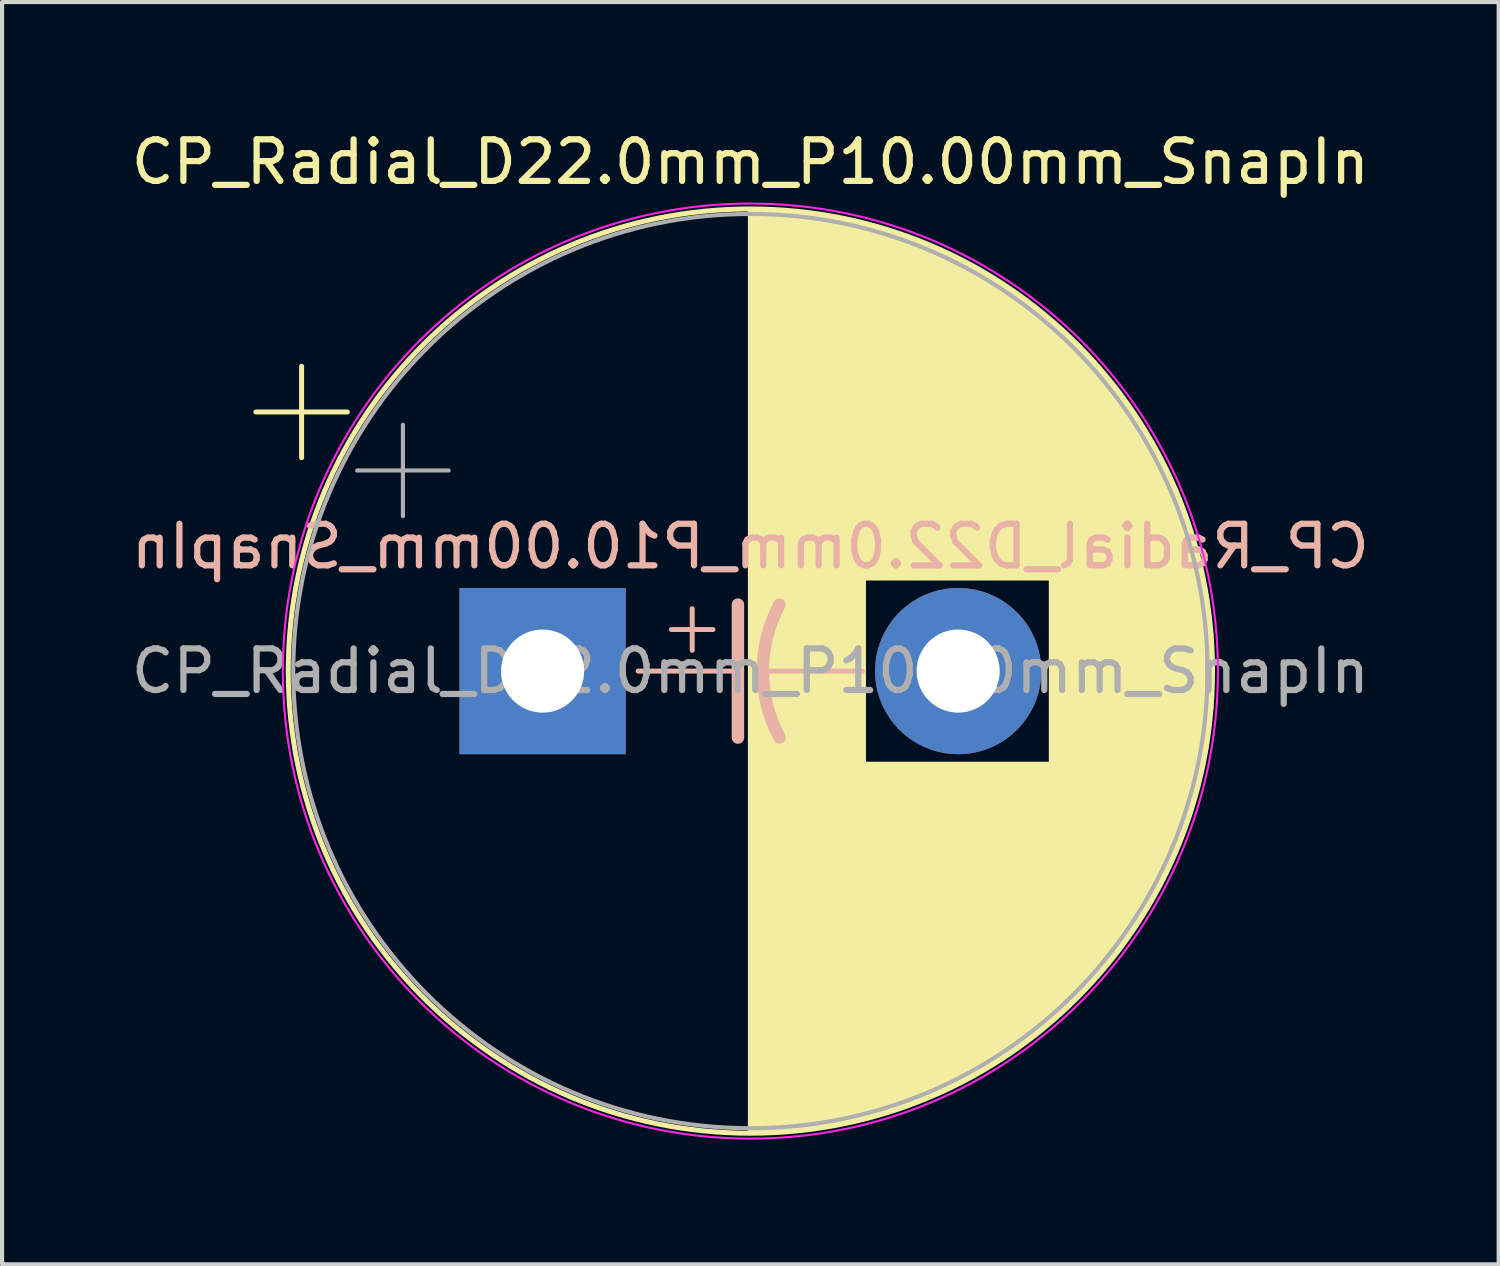
<source format=kicad_pcb>
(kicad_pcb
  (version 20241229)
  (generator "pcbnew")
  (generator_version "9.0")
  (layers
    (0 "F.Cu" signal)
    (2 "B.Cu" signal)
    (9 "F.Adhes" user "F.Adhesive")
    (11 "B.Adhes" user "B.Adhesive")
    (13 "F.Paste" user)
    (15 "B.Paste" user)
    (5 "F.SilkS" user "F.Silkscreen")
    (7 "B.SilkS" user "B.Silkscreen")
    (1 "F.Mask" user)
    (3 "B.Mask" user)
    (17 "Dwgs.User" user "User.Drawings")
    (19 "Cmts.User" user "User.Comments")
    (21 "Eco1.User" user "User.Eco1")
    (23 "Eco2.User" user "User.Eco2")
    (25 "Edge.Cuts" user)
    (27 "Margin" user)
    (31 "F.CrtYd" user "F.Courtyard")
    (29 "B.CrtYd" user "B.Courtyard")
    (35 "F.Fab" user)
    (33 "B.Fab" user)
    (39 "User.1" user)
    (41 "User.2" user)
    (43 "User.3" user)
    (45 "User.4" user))
  (footprint "CP_Radial_D22.0mm_P10.00mm_SnapIn"
    (layer "F.Cu")
    (at 10.006 13.098)
    (property "Reference" "CP_Radial_D22.0mm_P10.00mm_SnapIn" (at 5 -12.25 0) (layer "F.SilkS") (effects (font (size 1 1) (thickness 0.15))))
    (fp_line (start -6.899 -6.235) (end -4.699 -6.235) (stroke (width 0.12) (type solid)) (layer "F.SilkS"))
    (fp_line (start -5.799 -7.335) (end -5.799 -5.135) (stroke (width 0.12) (type solid)) (layer "F.SilkS"))
    (fp_line (start 5 -11.081) (end 5 11.081) (stroke (width 0.12) (type solid)) (layer "F.SilkS"))
    (fp_line (start 5.04 -11.08) (end 5.04 11.08) (stroke (width 0.12) (type solid)) (layer "F.SilkS"))
    (fp_line (start 5.08 -11.08) (end 5.08 11.08) (stroke (width 0.12) (type solid)) (layer "F.SilkS"))
    (fp_line (start 5.12 -11.08) (end 5.12 11.08) (stroke (width 0.12) (type solid)) (layer "F.SilkS"))
    (fp_line (start 5.16 -11.079) (end 5.16 11.079) (stroke (width 0.12) (type solid)) (layer "F.SilkS"))
    (fp_line (start 5.2 -11.079) (end 5.2 11.079) (stroke (width 0.12) (type solid)) (layer "F.SilkS"))
    (fp_line (start 5.24 -11.078) (end 5.24 11.078) (stroke (width 0.12) (type solid)) (layer "F.SilkS"))
    (fp_line (start 5.28 -11.077) (end 5.28 11.077) (stroke (width 0.12) (type solid)) (layer "F.SilkS"))
    (fp_line (start 5.32 -11.076) (end 5.32 11.076) (stroke (width 0.12) (type solid)) (layer "F.SilkS"))
    (fp_line (start 5.36 -11.075) (end 5.36 11.075) (stroke (width 0.12) (type solid)) (layer "F.SilkS"))
    (fp_line (start 5.4 -11.073) (end 5.4 11.073) (stroke (width 0.12) (type solid)) (layer "F.SilkS"))
    (fp_line (start 5.44 -11.072) (end 5.44 11.072) (stroke (width 0.12) (type solid)) (layer "F.SilkS"))
    (fp_line (start 5.48 -11.07) (end 5.48 11.07) (stroke (width 0.12) (type solid)) (layer "F.SilkS"))
    (fp_line (start 5.52 -11.068) (end 5.52 11.068) (stroke (width 0.12) (type solid)) (layer "F.SilkS"))
    (fp_line (start 5.56 -11.066) (end 5.56 11.066) (stroke (width 0.12) (type solid)) (layer "F.SilkS"))
    (fp_line (start 5.6 -11.064) (end 5.6 11.064) (stroke (width 0.12) (type solid)) (layer "F.SilkS"))
    (fp_line (start 5.64 -11.062) (end 5.64 11.062) (stroke (width 0.12) (type solid)) (layer "F.SilkS"))
    (fp_line (start 5.68 -11.06) (end 5.68 11.06) (stroke (width 0.12) (type solid)) (layer "F.SilkS"))
    (fp_line (start 5.721 -11.057) (end 5.721 11.057) (stroke (width 0.12) (type solid)) (layer "F.SilkS"))
    (fp_line (start 5.761 -11.054) (end 5.761 11.054) (stroke (width 0.12) (type solid)) (layer "F.SilkS"))
    (fp_line (start 5.801 -11.052) (end 5.801 11.052) (stroke (width 0.12) (type solid)) (layer "F.SilkS"))
    (fp_line (start 5.841 -11.049) (end 5.841 11.049) (stroke (width 0.12) (type solid)) (layer "F.SilkS"))
    (fp_line (start 5.881 -11.046) (end 5.881 11.046) (stroke (width 0.12) (type solid)) (layer "F.SilkS"))
    (fp_line (start 5.921 -11.042) (end 5.921 11.042) (stroke (width 0.12) (type solid)) (layer "F.SilkS"))
    (fp_line (start 5.961 -11.039) (end 5.961 11.039) (stroke (width 0.12) (type solid)) (layer "F.SilkS"))
    (fp_line (start 6.001 -11.035) (end 6.001 11.035) (stroke (width 0.12) (type solid)) (layer "F.SilkS"))
    (fp_line (start 6.041 -11.032) (end 6.041 11.032) (stroke (width 0.12) (type solid)) (layer "F.SilkS"))
    (fp_line (start 6.081 -11.028) (end 6.081 11.028) (stroke (width 0.12) (type solid)) (layer "F.SilkS"))
    (fp_line (start 6.121 -11.024) (end 6.121 11.024) (stroke (width 0.12) (type solid)) (layer "F.SilkS"))
    (fp_line (start 6.161 -11.02) (end 6.161 11.02) (stroke (width 0.12) (type solid)) (layer "F.SilkS"))
    (fp_line (start 6.201 -11.016) (end 6.201 11.016) (stroke (width 0.12) (type solid)) (layer "F.SilkS"))
    (fp_line (start 6.241 -11.011) (end 6.241 11.011) (stroke (width 0.12) (type solid)) (layer "F.SilkS"))
    (fp_line (start 6.281 -11.007) (end 6.281 11.007) (stroke (width 0.12) (type solid)) (layer "F.SilkS"))
    (fp_line (start 6.321 -11.002) (end 6.321 11.002) (stroke (width 0.12) (type solid)) (layer "F.SilkS"))
    (fp_line (start 6.361 -10.997) (end 6.361 10.997) (stroke (width 0.12) (type solid)) (layer "F.SilkS"))
    (fp_line (start 6.401 -10.992) (end 6.401 10.992) (stroke (width 0.12) (type solid)) (layer "F.SilkS"))
    (fp_line (start 6.441 -10.987) (end 6.441 10.987) (stroke (width 0.12) (type solid)) (layer "F.SilkS"))
    (fp_line (start 6.481 -10.982) (end 6.481 10.982) (stroke (width 0.12) (type solid)) (layer "F.SilkS"))
    (fp_line (start 6.521 -10.976) (end 6.521 10.976) (stroke (width 0.12) (type solid)) (layer "F.SilkS"))
    (fp_line (start 6.561 -10.971) (end 6.561 10.971) (stroke (width 0.12) (type solid)) (layer "F.SilkS"))
    (fp_line (start 6.601 -10.965) (end 6.601 10.965) (stroke (width 0.12) (type solid)) (layer "F.SilkS"))
    (fp_line (start 6.641 -10.959) (end 6.641 10.959) (stroke (width 0.12) (type solid)) (layer "F.SilkS"))
    (fp_line (start 6.681 -10.953) (end 6.681 10.953) (stroke (width 0.12) (type solid)) (layer "F.SilkS"))
    (fp_line (start 6.721 -10.947) (end 6.721 10.947) (stroke (width 0.12) (type solid)) (layer "F.SilkS"))
    (fp_line (start 6.761 -10.94) (end 6.761 10.94) (stroke (width 0.12) (type solid)) (layer "F.SilkS"))
    (fp_line (start 6.801 -10.934) (end 6.801 10.934) (stroke (width 0.12) (type solid)) (layer "F.SilkS"))
    (fp_line (start 6.841 -10.927) (end 6.841 10.927) (stroke (width 0.12) (type solid)) (layer "F.SilkS"))
    (fp_line (start 6.881 -10.92) (end 6.881 10.92) (stroke (width 0.12) (type solid)) (layer "F.SilkS"))
    (fp_line (start 6.921 -10.913) (end 6.921 10.913) (stroke (width 0.12) (type solid)) (layer "F.SilkS"))
    (fp_line (start 6.961 -10.906) (end 6.961 10.906) (stroke (width 0.12) (type solid)) (layer "F.SilkS"))
    (fp_line (start 7.001 -10.899) (end 7.001 10.899) (stroke (width 0.12) (type solid)) (layer "F.SilkS"))
    (fp_line (start 7.041 -10.892) (end 7.041 10.892) (stroke (width 0.12) (type solid)) (layer "F.SilkS"))
    (fp_line (start 7.081 -10.884) (end 7.081 10.884) (stroke (width 0.12) (type solid)) (layer "F.SilkS"))
    (fp_line (start 7.121 -10.877) (end 7.121 10.877) (stroke (width 0.12) (type solid)) (layer "F.SilkS"))
    (fp_line (start 7.161 -10.869) (end 7.161 10.869) (stroke (width 0.12) (type solid)) (layer "F.SilkS"))
    (fp_line (start 7.201 -10.861) (end 7.201 10.861) (stroke (width 0.12) (type solid)) (layer "F.SilkS"))
    (fp_line (start 7.241 -10.853) (end 7.241 10.853) (stroke (width 0.12) (type solid)) (layer "F.SilkS"))
    (fp_line (start 7.281 -10.844) (end 7.281 10.844) (stroke (width 0.12) (type solid)) (layer "F.SilkS"))
    (fp_line (start 7.321 -10.836) (end 7.321 10.836) (stroke (width 0.12) (type solid)) (layer "F.SilkS"))
    (fp_line (start 7.361 -10.827) (end 7.361 10.827) (stroke (width 0.12) (type solid)) (layer "F.SilkS"))
    (fp_line (start 7.401 -10.818) (end 7.401 10.818) (stroke (width 0.12) (type solid)) (layer "F.SilkS"))
    (fp_line (start 7.441 -10.809) (end 7.441 10.809) (stroke (width 0.12) (type solid)) (layer "F.SilkS"))
    (fp_line (start 7.481 -10.8) (end 7.481 10.8) (stroke (width 0.12) (type solid)) (layer "F.SilkS"))
    (fp_line (start 7.521 -10.791) (end 7.521 10.791) (stroke (width 0.12) (type solid)) (layer "F.SilkS"))
    (fp_line (start 7.561 -10.782) (end 7.561 10.782) (stroke (width 0.12) (type solid)) (layer "F.SilkS"))
    (fp_line (start 7.601 -10.772) (end 7.601 10.772) (stroke (width 0.12) (type solid)) (layer "F.SilkS"))
    (fp_line (start 7.641 -10.763) (end 7.641 10.763) (stroke (width 0.12) (type solid)) (layer "F.SilkS"))
    (fp_line (start 7.681 -10.753) (end 7.681 10.753) (stroke (width 0.12) (type solid)) (layer "F.SilkS"))
    (fp_line (start 7.721 -10.743) (end 7.721 10.743) (stroke (width 0.12) (type solid)) (layer "F.SilkS"))
    (fp_line (start 7.761 -10.733) (end 7.761 -2.24) (stroke (width 0.12) (type solid)) (layer "F.SilkS"))
    (fp_line (start 7.761 2.24) (end 7.761 10.733) (stroke (width 0.12) (type solid)) (layer "F.SilkS"))
    (fp_line (start 7.801 -10.722) (end 7.801 -2.24) (stroke (width 0.12) (type solid)) (layer "F.SilkS"))
    (fp_line (start 7.801 2.24) (end 7.801 10.722) (stroke (width 0.12) (type solid)) (layer "F.SilkS"))
    (fp_line (start 7.841 -10.712) (end 7.841 -2.24) (stroke (width 0.12) (type solid)) (layer "F.SilkS"))
    (fp_line (start 7.841 2.24) (end 7.841 10.712) (stroke (width 0.12) (type solid)) (layer "F.SilkS"))
    (fp_line (start 7.881 -10.701) (end 7.881 -2.24) (stroke (width 0.12) (type solid)) (layer "F.SilkS"))
    (fp_line (start 7.881 2.24) (end 7.881 10.701) (stroke (width 0.12) (type solid)) (layer "F.SilkS"))
    (fp_line (start 7.921 -10.69) (end 7.921 -2.24) (stroke (width 0.12) (type solid)) (layer "F.SilkS"))
    (fp_line (start 7.921 2.24) (end 7.921 10.69) (stroke (width 0.12) (type solid)) (layer "F.SilkS"))
    (fp_line (start 7.961 -10.679) (end 7.961 -2.24) (stroke (width 0.12) (type solid)) (layer "F.SilkS"))
    (fp_line (start 7.961 2.24) (end 7.961 10.679) (stroke (width 0.12) (type solid)) (layer "F.SilkS"))
    (fp_line (start 8.001 -10.668) (end 8.001 -2.24) (stroke (width 0.12) (type solid)) (layer "F.SilkS"))
    (fp_line (start 8.001 2.24) (end 8.001 10.668) (stroke (width 0.12) (type solid)) (layer "F.SilkS"))
    (fp_line (start 8.041 -10.657) (end 8.041 -2.24) (stroke (width 0.12) (type solid)) (layer "F.SilkS"))
    (fp_line (start 8.041 2.24) (end 8.041 10.657) (stroke (width 0.12) (type solid)) (layer "F.SilkS"))
    (fp_line (start 8.081 -10.645) (end 8.081 -2.24) (stroke (width 0.12) (type solid)) (layer "F.SilkS"))
    (fp_line (start 8.081 2.24) (end 8.081 10.645) (stroke (width 0.12) (type solid)) (layer "F.SilkS"))
    (fp_line (start 8.121 -10.634) (end 8.121 -2.24) (stroke (width 0.12) (type solid)) (layer "F.SilkS"))
    (fp_line (start 8.121 2.24) (end 8.121 10.634) (stroke (width 0.12) (type solid)) (layer "F.SilkS"))
    (fp_line (start 8.161 -10.622) (end 8.161 -2.24) (stroke (width 0.12) (type solid)) (layer "F.SilkS"))
    (fp_line (start 8.161 2.24) (end 8.161 10.622) (stroke (width 0.12) (type solid)) (layer "F.SilkS"))
    (fp_line (start 8.201 -10.61) (end 8.201 -2.24) (stroke (width 0.12) (type solid)) (layer "F.SilkS"))
    (fp_line (start 8.201 2.24) (end 8.201 10.61) (stroke (width 0.12) (type solid)) (layer "F.SilkS"))
    (fp_line (start 8.241 -10.598) (end 8.241 -2.24) (stroke (width 0.12) (type solid)) (layer "F.SilkS"))
    (fp_line (start 8.241 2.24) (end 8.241 10.598) (stroke (width 0.12) (type solid)) (layer "F.SilkS"))
    (fp_line (start 8.281 -10.586) (end 8.281 -2.24) (stroke (width 0.12) (type solid)) (layer "F.SilkS"))
    (fp_line (start 8.281 2.24) (end 8.281 10.586) (stroke (width 0.12) (type solid)) (layer "F.SilkS"))
    (fp_line (start 8.321 -10.573) (end 8.321 -2.24) (stroke (width 0.12) (type solid)) (layer "F.SilkS"))
    (fp_line (start 8.321 2.24) (end 8.321 10.573) (stroke (width 0.12) (type solid)) (layer "F.SilkS"))
    (fp_line (start 8.361 -10.561) (end 8.361 -2.24) (stroke (width 0.12) (type solid)) (layer "F.SilkS"))
    (fp_line (start 8.361 2.24) (end 8.361 10.561) (stroke (width 0.12) (type solid)) (layer "F.SilkS"))
    (fp_line (start 8.401 -10.548) (end 8.401 -2.24) (stroke (width 0.12) (type solid)) (layer "F.SilkS"))
    (fp_line (start 8.401 2.24) (end 8.401 10.548) (stroke (width 0.12) (type solid)) (layer "F.SilkS"))
    (fp_line (start 8.441 -10.535) (end 8.441 -2.24) (stroke (width 0.12) (type solid)) (layer "F.SilkS"))
    (fp_line (start 8.441 2.24) (end 8.441 10.535) (stroke (width 0.12) (type solid)) (layer "F.SilkS"))
    (fp_line (start 8.481 -10.522) (end 8.481 -2.24) (stroke (width 0.12) (type solid)) (layer "F.SilkS"))
    (fp_line (start 8.481 2.24) (end 8.481 10.522) (stroke (width 0.12) (type solid)) (layer "F.SilkS"))
    (fp_line (start 8.521 -10.509) (end 8.521 -2.24) (stroke (width 0.12) (type solid)) (layer "F.SilkS"))
    (fp_line (start 8.521 2.24) (end 8.521 10.509) (stroke (width 0.12) (type solid)) (layer "F.SilkS"))
    (fp_line (start 8.561 -10.495) (end 8.561 -2.24) (stroke (width 0.12) (type solid)) (layer "F.SilkS"))
    (fp_line (start 8.561 2.24) (end 8.561 10.495) (stroke (width 0.12) (type solid)) (layer "F.SilkS"))
    (fp_line (start 8.601 -10.482) (end 8.601 -2.24) (stroke (width 0.12) (type solid)) (layer "F.SilkS"))
    (fp_line (start 8.601 2.24) (end 8.601 10.482) (stroke (width 0.12) (type solid)) (layer "F.SilkS"))
    (fp_line (start 8.641 -10.468) (end 8.641 -2.24) (stroke (width 0.12) (type solid)) (layer "F.SilkS"))
    (fp_line (start 8.641 2.24) (end 8.641 10.468) (stroke (width 0.12) (type solid)) (layer "F.SilkS"))
    (fp_line (start 8.681 -10.454) (end 8.681 -2.24) (stroke (width 0.12) (type solid)) (layer "F.SilkS"))
    (fp_line (start 8.681 2.24) (end 8.681 10.454) (stroke (width 0.12) (type solid)) (layer "F.SilkS"))
    (fp_line (start 8.721 -10.44) (end 8.721 -2.24) (stroke (width 0.12) (type solid)) (layer "F.SilkS"))
    (fp_line (start 8.721 2.24) (end 8.721 10.44) (stroke (width 0.12) (type solid)) (layer "F.SilkS"))
    (fp_line (start 8.761 -10.426) (end 8.761 -2.24) (stroke (width 0.12) (type solid)) (layer "F.SilkS"))
    (fp_line (start 8.761 2.24) (end 8.761 10.426) (stroke (width 0.12) (type solid)) (layer "F.SilkS"))
    (fp_line (start 8.801 -10.411) (end 8.801 -2.24) (stroke (width 0.12) (type solid)) (layer "F.SilkS"))
    (fp_line (start 8.801 2.24) (end 8.801 10.411) (stroke (width 0.12) (type solid)) (layer "F.SilkS"))
    (fp_line (start 8.841 -10.396) (end 8.841 -2.24) (stroke (width 0.12) (type solid)) (layer "F.SilkS"))
    (fp_line (start 8.841 2.24) (end 8.841 10.396) (stroke (width 0.12) (type solid)) (layer "F.SilkS"))
    (fp_line (start 8.881 -10.382) (end 8.881 -2.24) (stroke (width 0.12) (type solid)) (layer "F.SilkS"))
    (fp_line (start 8.881 2.24) (end 8.881 10.382) (stroke (width 0.12) (type solid)) (layer "F.SilkS"))
    (fp_line (start 8.921 -10.367) (end 8.921 -2.24) (stroke (width 0.12) (type solid)) (layer "F.SilkS"))
    (fp_line (start 8.921 2.24) (end 8.921 10.367) (stroke (width 0.12) (type solid)) (layer "F.SilkS"))
    (fp_line (start 8.961 -10.351) (end 8.961 -2.24) (stroke (width 0.12) (type solid)) (layer "F.SilkS"))
    (fp_line (start 8.961 2.24) (end 8.961 10.351) (stroke (width 0.12) (type solid)) (layer "F.SilkS"))
    (fp_line (start 9.001 -10.336) (end 9.001 -2.24) (stroke (width 0.12) (type solid)) (layer "F.SilkS"))
    (fp_line (start 9.001 2.24) (end 9.001 10.336) (stroke (width 0.12) (type solid)) (layer "F.SilkS"))
    (fp_line (start 9.041 -10.321) (end 9.041 -2.24) (stroke (width 0.12) (type solid)) (layer "F.SilkS"))
    (fp_line (start 9.041 2.24) (end 9.041 10.321) (stroke (width 0.12) (type solid)) (layer "F.SilkS"))
    (fp_line (start 9.081 -10.305) (end 9.081 -2.24) (stroke (width 0.12) (type solid)) (layer "F.SilkS"))
    (fp_line (start 9.081 2.24) (end 9.081 10.305) (stroke (width 0.12) (type solid)) (layer "F.SilkS"))
    (fp_line (start 9.121 -10.289) (end 9.121 -2.24) (stroke (width 0.12) (type solid)) (layer "F.SilkS"))
    (fp_line (start 9.121 2.24) (end 9.121 10.289) (stroke (width 0.12) (type solid)) (layer "F.SilkS"))
    (fp_line (start 9.161 -10.273) (end 9.161 -2.24) (stroke (width 0.12) (type solid)) (layer "F.SilkS"))
    (fp_line (start 9.161 2.24) (end 9.161 10.273) (stroke (width 0.12) (type solid)) (layer "F.SilkS"))
    (fp_line (start 9.201 -10.257) (end 9.201 -2.24) (stroke (width 0.12) (type solid)) (layer "F.SilkS"))
    (fp_line (start 9.201 2.24) (end 9.201 10.257) (stroke (width 0.12) (type solid)) (layer "F.SilkS"))
    (fp_line (start 9.241 -10.24) (end 9.241 -2.24) (stroke (width 0.12) (type solid)) (layer "F.SilkS"))
    (fp_line (start 9.241 2.24) (end 9.241 10.24) (stroke (width 0.12) (type solid)) (layer "F.SilkS"))
    (fp_line (start 9.281 -10.224) (end 9.281 -2.24) (stroke (width 0.12) (type solid)) (layer "F.SilkS"))
    (fp_line (start 9.281 2.24) (end 9.281 10.224) (stroke (width 0.12) (type solid)) (layer "F.SilkS"))
    (fp_line (start 9.321 -10.207) (end 9.321 -2.24) (stroke (width 0.12) (type solid)) (layer "F.SilkS"))
    (fp_line (start 9.321 2.24) (end 9.321 10.207) (stroke (width 0.12) (type solid)) (layer "F.SilkS"))
    (fp_line (start 9.361 -10.19) (end 9.361 -2.24) (stroke (width 0.12) (type solid)) (layer "F.SilkS"))
    (fp_line (start 9.361 2.24) (end 9.361 10.19) (stroke (width 0.12) (type solid)) (layer "F.SilkS"))
    (fp_line (start 9.401 -10.173) (end 9.401 -2.24) (stroke (width 0.12) (type solid)) (layer "F.SilkS"))
    (fp_line (start 9.401 2.24) (end 9.401 10.173) (stroke (width 0.12) (type solid)) (layer "F.SilkS"))
    (fp_line (start 9.441 -10.156) (end 9.441 -2.24) (stroke (width 0.12) (type solid)) (layer "F.SilkS"))
    (fp_line (start 9.441 2.24) (end 9.441 10.156) (stroke (width 0.12) (type solid)) (layer "F.SilkS"))
    (fp_line (start 9.481 -10.138) (end 9.481 -2.24) (stroke (width 0.12) (type solid)) (layer "F.SilkS"))
    (fp_line (start 9.481 2.24) (end 9.481 10.138) (stroke (width 0.12) (type solid)) (layer "F.SilkS"))
    (fp_line (start 9.521 -10.12) (end 9.521 -2.24) (stroke (width 0.12) (type solid)) (layer "F.SilkS"))
    (fp_line (start 9.521 2.24) (end 9.521 10.12) (stroke (width 0.12) (type solid)) (layer "F.SilkS"))
    (fp_line (start 9.561 -10.103) (end 9.561 -2.24) (stroke (width 0.12) (type solid)) (layer "F.SilkS"))
    (fp_line (start 9.561 2.24) (end 9.561 10.103) (stroke (width 0.12) (type solid)) (layer "F.SilkS"))
    (fp_line (start 9.601 -10.084) (end 9.601 -2.24) (stroke (width 0.12) (type solid)) (layer "F.SilkS"))
    (fp_line (start 9.601 2.24) (end 9.601 10.084) (stroke (width 0.12) (type solid)) (layer "F.SilkS"))
    (fp_line (start 9.641 -10.066) (end 9.641 -2.24) (stroke (width 0.12) (type solid)) (layer "F.SilkS"))
    (fp_line (start 9.641 2.24) (end 9.641 10.066) (stroke (width 0.12) (type solid)) (layer "F.SilkS"))
    (fp_line (start 9.681 -10.048) (end 9.681 -2.24) (stroke (width 0.12) (type solid)) (layer "F.SilkS"))
    (fp_line (start 9.681 2.24) (end 9.681 10.048) (stroke (width 0.12) (type solid)) (layer "F.SilkS"))
    (fp_line (start 9.721 -10.029) (end 9.721 -2.24) (stroke (width 0.12) (type solid)) (layer "F.SilkS"))
    (fp_line (start 9.721 2.24) (end 9.721 10.029) (stroke (width 0.12) (type solid)) (layer "F.SilkS"))
    (fp_line (start 9.761 -10.01) (end 9.761 -2.24) (stroke (width 0.12) (type solid)) (layer "F.SilkS"))
    (fp_line (start 9.761 2.24) (end 9.761 10.01) (stroke (width 0.12) (type solid)) (layer "F.SilkS"))
    (fp_line (start 9.801 -9.991) (end 9.801 -2.24) (stroke (width 0.12) (type solid)) (layer "F.SilkS"))
    (fp_line (start 9.801 2.24) (end 9.801 9.991) (stroke (width 0.12) (type solid)) (layer "F.SilkS"))
    (fp_line (start 9.841 -9.972) (end 9.841 -2.24) (stroke (width 0.12) (type solid)) (layer "F.SilkS"))
    (fp_line (start 9.841 2.24) (end 9.841 9.972) (stroke (width 0.12) (type solid)) (layer "F.SilkS"))
    (fp_line (start 9.881 -9.952) (end 9.881 -2.24) (stroke (width 0.12) (type solid)) (layer "F.SilkS"))
    (fp_line (start 9.881 2.24) (end 9.881 9.952) (stroke (width 0.12) (type solid)) (layer "F.SilkS"))
    (fp_line (start 9.921 -9.933) (end 9.921 -2.24) (stroke (width 0.12) (type solid)) (layer "F.SilkS"))
    (fp_line (start 9.921 2.24) (end 9.921 9.933) (stroke (width 0.12) (type solid)) (layer "F.SilkS"))
    (fp_line (start 9.961 -9.913) (end 9.961 -2.24) (stroke (width 0.12) (type solid)) (layer "F.SilkS"))
    (fp_line (start 9.961 2.24) (end 9.961 9.913) (stroke (width 0.12) (type solid)) (layer "F.SilkS"))
    (fp_line (start 10.001 -9.893) (end 10.001 -2.24) (stroke (width 0.12) (type solid)) (layer "F.SilkS"))
    (fp_line (start 10.001 2.24) (end 10.001 9.893) (stroke (width 0.12) (type solid)) (layer "F.SilkS"))
    (fp_line (start 10.041 -9.873) (end 10.041 -2.24) (stroke (width 0.12) (type solid)) (layer "F.SilkS"))
    (fp_line (start 10.041 2.24) (end 10.041 9.873) (stroke (width 0.12) (type solid)) (layer "F.SilkS"))
    (fp_line (start 10.081 -9.852) (end 10.081 -2.24) (stroke (width 0.12) (type solid)) (layer "F.SilkS"))
    (fp_line (start 10.081 2.24) (end 10.081 9.852) (stroke (width 0.12) (type solid)) (layer "F.SilkS"))
    (fp_line (start 10.121 -9.832) (end 10.121 -2.24) (stroke (width 0.12) (type solid)) (layer "F.SilkS"))
    (fp_line (start 10.121 2.24) (end 10.121 9.832) (stroke (width 0.12) (type solid)) (layer "F.SilkS"))
    (fp_line (start 10.161 -9.811) (end 10.161 -2.24) (stroke (width 0.12) (type solid)) (layer "F.SilkS"))
    (fp_line (start 10.161 2.24) (end 10.161 9.811) (stroke (width 0.12) (type solid)) (layer "F.SilkS"))
    (fp_line (start 10.201 -9.79) (end 10.201 -2.24) (stroke (width 0.12) (type solid)) (layer "F.SilkS"))
    (fp_line (start 10.201 2.24) (end 10.201 9.79) (stroke (width 0.12) (type solid)) (layer "F.SilkS"))
    (fp_line (start 10.241 -9.768) (end 10.241 -2.24) (stroke (width 0.12) (type solid)) (layer "F.SilkS"))
    (fp_line (start 10.241 2.24) (end 10.241 9.768) (stroke (width 0.12) (type solid)) (layer "F.SilkS"))
    (fp_line (start 10.281 -9.747) (end 10.281 -2.24) (stroke (width 0.12) (type solid)) (layer "F.SilkS"))
    (fp_line (start 10.281 2.24) (end 10.281 9.747) (stroke (width 0.12) (type solid)) (layer "F.SilkS"))
    (fp_line (start 10.321 -9.725) (end 10.321 -2.24) (stroke (width 0.12) (type solid)) (layer "F.SilkS"))
    (fp_line (start 10.321 2.24) (end 10.321 9.725) (stroke (width 0.12) (type solid)) (layer "F.SilkS"))
    (fp_line (start 10.361 -9.703) (end 10.361 -2.24) (stroke (width 0.12) (type solid)) (layer "F.SilkS"))
    (fp_line (start 10.361 2.24) (end 10.361 9.703) (stroke (width 0.12) (type solid)) (layer "F.SilkS"))
    (fp_line (start 10.401 -9.681) (end 10.401 -2.24) (stroke (width 0.12) (type solid)) (layer "F.SilkS"))
    (fp_line (start 10.401 2.24) (end 10.401 9.681) (stroke (width 0.12) (type solid)) (layer "F.SilkS"))
    (fp_line (start 10.441 -9.659) (end 10.441 -2.24) (stroke (width 0.12) (type solid)) (layer "F.SilkS"))
    (fp_line (start 10.441 2.24) (end 10.441 9.659) (stroke (width 0.12) (type solid)) (layer "F.SilkS"))
    (fp_line (start 10.481 -9.636) (end 10.481 -2.24) (stroke (width 0.12) (type solid)) (layer "F.SilkS"))
    (fp_line (start 10.481 2.24) (end 10.481 9.636) (stroke (width 0.12) (type solid)) (layer "F.SilkS"))
    (fp_line (start 10.521 -9.614) (end 10.521 -2.24) (stroke (width 0.12) (type solid)) (layer "F.SilkS"))
    (fp_line (start 10.521 2.24) (end 10.521 9.614) (stroke (width 0.12) (type solid)) (layer "F.SilkS"))
    (fp_line (start 10.561 -9.591) (end 10.561 -2.24) (stroke (width 0.12) (type solid)) (layer "F.SilkS"))
    (fp_line (start 10.561 2.24) (end 10.561 9.591) (stroke (width 0.12) (type solid)) (layer "F.SilkS"))
    (fp_line (start 10.601 -9.567) (end 10.601 -2.24) (stroke (width 0.12) (type solid)) (layer "F.SilkS"))
    (fp_line (start 10.601 2.24) (end 10.601 9.567) (stroke (width 0.12) (type solid)) (layer "F.SilkS"))
    (fp_line (start 10.641 -9.544) (end 10.641 -2.24) (stroke (width 0.12) (type solid)) (layer "F.SilkS"))
    (fp_line (start 10.641 2.24) (end 10.641 9.544) (stroke (width 0.12) (type solid)) (layer "F.SilkS"))
    (fp_line (start 10.681 -9.52) (end 10.681 -2.24) (stroke (width 0.12) (type solid)) (layer "F.SilkS"))
    (fp_line (start 10.681 2.24) (end 10.681 9.52) (stroke (width 0.12) (type solid)) (layer "F.SilkS"))
    (fp_line (start 10.721 -9.497) (end 10.721 -2.24) (stroke (width 0.12) (type solid)) (layer "F.SilkS"))
    (fp_line (start 10.721 2.24) (end 10.721 9.497) (stroke (width 0.12) (type solid)) (layer "F.SilkS"))
    (fp_line (start 10.761 -9.472) (end 10.761 -2.24) (stroke (width 0.12) (type solid)) (layer "F.SilkS"))
    (fp_line (start 10.761 2.24) (end 10.761 9.472) (stroke (width 0.12) (type solid)) (layer "F.SilkS"))
    (fp_line (start 10.801 -9.448) (end 10.801 -2.24) (stroke (width 0.12) (type solid)) (layer "F.SilkS"))
    (fp_line (start 10.801 2.24) (end 10.801 9.448) (stroke (width 0.12) (type solid)) (layer "F.SilkS"))
    (fp_line (start 10.841 -9.424) (end 10.841 -2.24) (stroke (width 0.12) (type solid)) (layer "F.SilkS"))
    (fp_line (start 10.841 2.24) (end 10.841 9.424) (stroke (width 0.12) (type solid)) (layer "F.SilkS"))
    (fp_line (start 10.881 -9.399) (end 10.881 -2.24) (stroke (width 0.12) (type solid)) (layer "F.SilkS"))
    (fp_line (start 10.881 2.24) (end 10.881 9.399) (stroke (width 0.12) (type solid)) (layer "F.SilkS"))
    (fp_line (start 10.921 -9.374) (end 10.921 -2.24) (stroke (width 0.12) (type solid)) (layer "F.SilkS"))
    (fp_line (start 10.921 2.24) (end 10.921 9.374) (stroke (width 0.12) (type solid)) (layer "F.SilkS"))
    (fp_line (start 10.961 -9.348) (end 10.961 -2.24) (stroke (width 0.12) (type solid)) (layer "F.SilkS"))
    (fp_line (start 10.961 2.24) (end 10.961 9.348) (stroke (width 0.12) (type solid)) (layer "F.SilkS"))
    (fp_line (start 11.001 -9.323) (end 11.001 -2.24) (stroke (width 0.12) (type solid)) (layer "F.SilkS"))
    (fp_line (start 11.001 2.24) (end 11.001 9.323) (stroke (width 0.12) (type solid)) (layer "F.SilkS"))
    (fp_line (start 11.041 -9.297) (end 11.041 -2.24) (stroke (width 0.12) (type solid)) (layer "F.SilkS"))
    (fp_line (start 11.041 2.24) (end 11.041 9.297) (stroke (width 0.12) (type solid)) (layer "F.SilkS"))
    (fp_line (start 11.081 -9.271) (end 11.081 -2.24) (stroke (width 0.12) (type solid)) (layer "F.SilkS"))
    (fp_line (start 11.081 2.24) (end 11.081 9.271) (stroke (width 0.12) (type solid)) (layer "F.SilkS"))
    (fp_line (start 11.121 -9.245) (end 11.121 -2.24) (stroke (width 0.12) (type solid)) (layer "F.SilkS"))
    (fp_line (start 11.121 2.24) (end 11.121 9.245) (stroke (width 0.12) (type solid)) (layer "F.SilkS"))
    (fp_line (start 11.161 -9.218) (end 11.161 -2.24) (stroke (width 0.12) (type solid)) (layer "F.SilkS"))
    (fp_line (start 11.161 2.24) (end 11.161 9.218) (stroke (width 0.12) (type solid)) (layer "F.SilkS"))
    (fp_line (start 11.201 -9.192) (end 11.201 -2.24) (stroke (width 0.12) (type solid)) (layer "F.SilkS"))
    (fp_line (start 11.201 2.24) (end 11.201 9.192) (stroke (width 0.12) (type solid)) (layer "F.SilkS"))
    (fp_line (start 11.241 -9.165) (end 11.241 -2.24) (stroke (width 0.12) (type solid)) (layer "F.SilkS"))
    (fp_line (start 11.241 2.24) (end 11.241 9.165) (stroke (width 0.12) (type solid)) (layer "F.SilkS"))
    (fp_line (start 11.281 -9.137) (end 11.281 -2.24) (stroke (width 0.12) (type solid)) (layer "F.SilkS"))
    (fp_line (start 11.281 2.24) (end 11.281 9.137) (stroke (width 0.12) (type solid)) (layer "F.SilkS"))
    (fp_line (start 11.321 -9.11) (end 11.321 -2.24) (stroke (width 0.12) (type solid)) (layer "F.SilkS"))
    (fp_line (start 11.321 2.24) (end 11.321 9.11) (stroke (width 0.12) (type solid)) (layer "F.SilkS"))
    (fp_line (start 11.361 -9.082) (end 11.361 -2.24) (stroke (width 0.12) (type solid)) (layer "F.SilkS"))
    (fp_line (start 11.361 2.24) (end 11.361 9.082) (stroke (width 0.12) (type solid)) (layer "F.SilkS"))
    (fp_line (start 11.401 -9.054) (end 11.401 -2.24) (stroke (width 0.12) (type solid)) (layer "F.SilkS"))
    (fp_line (start 11.401 2.24) (end 11.401 9.054) (stroke (width 0.12) (type solid)) (layer "F.SilkS"))
    (fp_line (start 11.441 -9.026) (end 11.441 -2.24) (stroke (width 0.12) (type solid)) (layer "F.SilkS"))
    (fp_line (start 11.441 2.24) (end 11.441 9.026) (stroke (width 0.12) (type solid)) (layer "F.SilkS"))
    (fp_line (start 11.481 -8.997) (end 11.481 -2.24) (stroke (width 0.12) (type solid)) (layer "F.SilkS"))
    (fp_line (start 11.481 2.24) (end 11.481 8.997) (stroke (width 0.12) (type solid)) (layer "F.SilkS"))
    (fp_line (start 11.521 -8.968) (end 11.521 -2.24) (stroke (width 0.12) (type solid)) (layer "F.SilkS"))
    (fp_line (start 11.521 2.24) (end 11.521 8.968) (stroke (width 0.12) (type solid)) (layer "F.SilkS"))
    (fp_line (start 11.561 -8.939) (end 11.561 -2.24) (stroke (width 0.12) (type solid)) (layer "F.SilkS"))
    (fp_line (start 11.561 2.24) (end 11.561 8.939) (stroke (width 0.12) (type solid)) (layer "F.SilkS"))
    (fp_line (start 11.601 -8.91) (end 11.601 -2.24) (stroke (width 0.12) (type solid)) (layer "F.SilkS"))
    (fp_line (start 11.601 2.24) (end 11.601 8.91) (stroke (width 0.12) (type solid)) (layer "F.SilkS"))
    (fp_line (start 11.641 -8.88) (end 11.641 -2.24) (stroke (width 0.12) (type solid)) (layer "F.SilkS"))
    (fp_line (start 11.641 2.24) (end 11.641 8.88) (stroke (width 0.12) (type solid)) (layer "F.SilkS"))
    (fp_line (start 11.681 -8.85) (end 11.681 -2.24) (stroke (width 0.12) (type solid)) (layer "F.SilkS"))
    (fp_line (start 11.681 2.24) (end 11.681 8.85) (stroke (width 0.12) (type solid)) (layer "F.SilkS"))
    (fp_line (start 11.721 -8.82) (end 11.721 -2.24) (stroke (width 0.12) (type solid)) (layer "F.SilkS"))
    (fp_line (start 11.721 2.24) (end 11.721 8.82) (stroke (width 0.12) (type solid)) (layer "F.SilkS"))
    (fp_line (start 11.761 -8.79) (end 11.761 -2.24) (stroke (width 0.12) (type solid)) (layer "F.SilkS"))
    (fp_line (start 11.761 2.24) (end 11.761 8.79) (stroke (width 0.12) (type solid)) (layer "F.SilkS"))
    (fp_line (start 11.801 -8.759) (end 11.801 -2.24) (stroke (width 0.12) (type solid)) (layer "F.SilkS"))
    (fp_line (start 11.801 2.24) (end 11.801 8.759) (stroke (width 0.12) (type solid)) (layer "F.SilkS"))
    (fp_line (start 11.841 -8.728) (end 11.841 -2.24) (stroke (width 0.12) (type solid)) (layer "F.SilkS"))
    (fp_line (start 11.841 2.24) (end 11.841 8.728) (stroke (width 0.12) (type solid)) (layer "F.SilkS"))
    (fp_line (start 11.881 -8.697) (end 11.881 -2.24) (stroke (width 0.12) (type solid)) (layer "F.SilkS"))
    (fp_line (start 11.881 2.24) (end 11.881 8.697) (stroke (width 0.12) (type solid)) (layer "F.SilkS"))
    (fp_line (start 11.921 -8.665) (end 11.921 -2.24) (stroke (width 0.12) (type solid)) (layer "F.SilkS"))
    (fp_line (start 11.921 2.24) (end 11.921 8.665) (stroke (width 0.12) (type solid)) (layer "F.SilkS"))
    (fp_line (start 11.961 -8.633) (end 11.961 -2.24) (stroke (width 0.12) (type solid)) (layer "F.SilkS"))
    (fp_line (start 11.961 2.24) (end 11.961 8.633) (stroke (width 0.12) (type solid)) (layer "F.SilkS"))
    (fp_line (start 12.001 -8.601) (end 12.001 -2.24) (stroke (width 0.12) (type solid)) (layer "F.SilkS"))
    (fp_line (start 12.001 2.24) (end 12.001 8.601) (stroke (width 0.12) (type solid)) (layer "F.SilkS"))
    (fp_line (start 12.041 -8.568) (end 12.041 -2.24) (stroke (width 0.12) (type solid)) (layer "F.SilkS"))
    (fp_line (start 12.041 2.24) (end 12.041 8.568) (stroke (width 0.12) (type solid)) (layer "F.SilkS"))
    (fp_line (start 12.081 -8.535) (end 12.081 -2.24) (stroke (width 0.12) (type solid)) (layer "F.SilkS"))
    (fp_line (start 12.081 2.24) (end 12.081 8.535) (stroke (width 0.12) (type solid)) (layer "F.SilkS"))
    (fp_line (start 12.121 -8.502) (end 12.121 -2.24) (stroke (width 0.12) (type solid)) (layer "F.SilkS"))
    (fp_line (start 12.121 2.24) (end 12.121 8.502) (stroke (width 0.12) (type solid)) (layer "F.SilkS"))
    (fp_line (start 12.161 -8.469) (end 12.161 -2.24) (stroke (width 0.12) (type solid)) (layer "F.SilkS"))
    (fp_line (start 12.161 2.24) (end 12.161 8.469) (stroke (width 0.12) (type solid)) (layer "F.SilkS"))
    (fp_line (start 12.201 -8.435) (end 12.201 -2.24) (stroke (width 0.12) (type solid)) (layer "F.SilkS"))
    (fp_line (start 12.201 2.24) (end 12.201 8.435) (stroke (width 0.12) (type solid)) (layer "F.SilkS"))
    (fp_line (start 12.241 -8.401) (end 12.241 8.401) (stroke (width 0.12) (type solid)) (layer "F.SilkS"))
    (fp_line (start 12.281 -8.366) (end 12.281 8.366) (stroke (width 0.12) (type solid)) (layer "F.SilkS"))
    (fp_line (start 12.321 -8.331) (end 12.321 8.331) (stroke (width 0.12) (type solid)) (layer "F.SilkS"))
    (fp_line (start 12.361 -8.296) (end 12.361 8.296) (stroke (width 0.12) (type solid)) (layer "F.SilkS"))
    (fp_line (start 12.401 -8.261) (end 12.401 8.261) (stroke (width 0.12) (type solid)) (layer "F.SilkS"))
    (fp_line (start 12.441 -8.225) (end 12.441 8.225) (stroke (width 0.12) (type solid)) (layer "F.SilkS"))
    (fp_line (start 12.481 -8.189) (end 12.481 8.189) (stroke (width 0.12) (type solid)) (layer "F.SilkS"))
    (fp_line (start 12.521 -8.152) (end 12.521 8.152) (stroke (width 0.12) (type solid)) (layer "F.SilkS"))
    (fp_line (start 12.561 -8.115) (end 12.561 8.115) (stroke (width 0.12) (type solid)) (layer "F.SilkS"))
    (fp_line (start 12.601 -8.078) (end 12.601 8.078) (stroke (width 0.12) (type solid)) (layer "F.SilkS"))
    (fp_line (start 12.641 -8.04) (end 12.641 8.04) (stroke (width 0.12) (type solid)) (layer "F.SilkS"))
    (fp_line (start 12.681 -8.002) (end 12.681 8.002) (stroke (width 0.12) (type solid)) (layer "F.SilkS"))
    (fp_line (start 12.721 -7.964) (end 12.721 7.964) (stroke (width 0.12) (type solid)) (layer "F.SilkS"))
    (fp_line (start 12.761 -7.925) (end 12.761 7.925) (stroke (width 0.12) (type solid)) (layer "F.SilkS"))
    (fp_line (start 12.801 -7.886) (end 12.801 7.886) (stroke (width 0.12) (type solid)) (layer "F.SilkS"))
    (fp_line (start 12.841 -7.846) (end 12.841 7.846) (stroke (width 0.12) (type solid)) (layer "F.SilkS"))
    (fp_line (start 12.881 -7.807) (end 12.881 7.807) (stroke (width 0.12) (type solid)) (layer "F.SilkS"))
    (fp_line (start 12.921 -7.766) (end 12.921 7.766) (stroke (width 0.12) (type solid)) (layer "F.SilkS"))
    (fp_line (start 12.961 -7.725) (end 12.961 7.725) (stroke (width 0.12) (type solid)) (layer "F.SilkS"))
    (fp_line (start 13.001 -7.684) (end 13.001 7.684) (stroke (width 0.12) (type solid)) (layer "F.SilkS"))
    (fp_line (start 13.041 -7.642) (end 13.041 7.642) (stroke (width 0.12) (type solid)) (layer "F.SilkS"))
    (fp_line (start 13.081 -7.6) (end 13.081 7.6) (stroke (width 0.12) (type solid)) (layer "F.SilkS"))
    (fp_line (start 13.121 -7.558) (end 13.121 7.558) (stroke (width 0.12) (type solid)) (layer "F.SilkS"))
    (fp_line (start 13.161 -7.515) (end 13.161 7.515) (stroke (width 0.12) (type solid)) (layer "F.SilkS"))
    (fp_line (start 13.2 -7.471) (end 13.2 7.471) (stroke (width 0.12) (type solid)) (layer "F.SilkS"))
    (fp_line (start 13.24 -7.428) (end 13.24 7.428) (stroke (width 0.12) (type solid)) (layer "F.SilkS"))
    (fp_line (start 13.28 -7.383) (end 13.28 7.383) (stroke (width 0.12) (type solid)) (layer "F.SilkS"))
    (fp_line (start 13.32 -7.338) (end 13.32 7.338) (stroke (width 0.12) (type solid)) (layer "F.SilkS"))
    (fp_line (start 13.36 -7.293) (end 13.36 7.293) (stroke (width 0.12) (type solid)) (layer "F.SilkS"))
    (fp_line (start 13.4 -7.247) (end 13.4 7.247) (stroke (width 0.12) (type solid)) (layer "F.SilkS"))
    (fp_line (start 13.44 -7.201) (end 13.44 7.201) (stroke (width 0.12) (type solid)) (layer "F.SilkS"))
    (fp_line (start 13.48 -7.154) (end 13.48 7.154) (stroke (width 0.12) (type solid)) (layer "F.SilkS"))
    (fp_line (start 13.52 -7.106) (end 13.52 7.106) (stroke (width 0.12) (type solid)) (layer "F.SilkS"))
    (fp_line (start 13.56 -7.058) (end 13.56 7.058) (stroke (width 0.12) (type solid)) (layer "F.SilkS"))
    (fp_line (start 13.6 -7.01) (end 13.6 7.01) (stroke (width 0.12) (type solid)) (layer "F.SilkS"))
    (fp_line (start 13.64 -6.961) (end 13.64 6.961) (stroke (width 0.12) (type solid)) (layer "F.SilkS"))
    (fp_line (start 13.68 -6.911) (end 13.68 6.911) (stroke (width 0.12) (type solid)) (layer "F.SilkS"))
    (fp_line (start 13.72 -6.861) (end 13.72 6.861) (stroke (width 0.12) (type solid)) (layer "F.SilkS"))
    (fp_line (start 13.76 -6.81) (end 13.76 6.81) (stroke (width 0.12) (type solid)) (layer "F.SilkS"))
    (fp_line (start 13.8 -6.759) (end 13.8 6.759) (stroke (width 0.12) (type solid)) (layer "F.SilkS"))
    (fp_line (start 13.84 -6.707) (end 13.84 6.707) (stroke (width 0.12) (type solid)) (layer "F.SilkS"))
    (fp_line (start 13.88 -6.654) (end 13.88 6.654) (stroke (width 0.12) (type solid)) (layer "F.SilkS"))
    (fp_line (start 13.92 -6.6) (end 13.92 6.6) (stroke (width 0.12) (type solid)) (layer "F.SilkS"))
    (fp_line (start 13.96 -6.546) (end 13.96 6.546) (stroke (width 0.12) (type solid)) (layer "F.SilkS"))
    (fp_line (start 14 -6.492) (end 14 6.492) (stroke (width 0.12) (type solid)) (layer "F.SilkS"))
    (fp_line (start 14.04 -6.436) (end 14.04 6.436) (stroke (width 0.12) (type solid)) (layer "F.SilkS"))
    (fp_line (start 14.08 -6.38) (end 14.08 6.38) (stroke (width 0.12) (type solid)) (layer "F.SilkS"))
    (fp_line (start 14.12 -6.323) (end 14.12 6.323) (stroke (width 0.12) (type solid)) (layer "F.SilkS"))
    (fp_line (start 14.16 -6.265) (end 14.16 6.265) (stroke (width 0.12) (type solid)) (layer "F.SilkS"))
    (fp_line (start 14.2 -6.207) (end 14.2 6.207) (stroke (width 0.12) (type solid)) (layer "F.SilkS"))
    (fp_line (start 14.24 -6.147) (end 14.24 6.147) (stroke (width 0.12) (type solid)) (layer "F.SilkS"))
    (fp_line (start 14.28 -6.087) (end 14.28 6.087) (stroke (width 0.12) (type solid)) (layer "F.SilkS"))
    (fp_line (start 14.32 -6.026) (end 14.32 6.026) (stroke (width 0.12) (type solid)) (layer "F.SilkS"))
    (fp_line (start 14.36 -5.964) (end 14.36 5.964) (stroke (width 0.12) (type solid)) (layer "F.SilkS"))
    (fp_line (start 14.4 -5.901) (end 14.4 5.901) (stroke (width 0.12) (type solid)) (layer "F.SilkS"))
    (fp_line (start 14.44 -5.838) (end 14.44 5.838) (stroke (width 0.12) (type solid)) (layer "F.SilkS"))
    (fp_line (start 14.48 -5.773) (end 14.48 5.773) (stroke (width 0.12) (type solid)) (layer "F.SilkS"))
    (fp_line (start 14.52 -5.707) (end 14.52 5.707) (stroke (width 0.12) (type solid)) (layer "F.SilkS"))
    (fp_line (start 14.56 -5.64) (end 14.56 5.64) (stroke (width 0.12) (type solid)) (layer "F.SilkS"))
    (fp_line (start 14.6 -5.572) (end 14.6 5.572) (stroke (width 0.12) (type solid)) (layer "F.SilkS"))
    (fp_line (start 14.64 -5.503) (end 14.64 5.503) (stroke (width 0.12) (type solid)) (layer "F.SilkS"))
    (fp_line (start 14.68 -5.433) (end 14.68 5.433) (stroke (width 0.12) (type solid)) (layer "F.SilkS"))
    (fp_line (start 14.72 -5.362) (end 14.72 5.362) (stroke (width 0.12) (type solid)) (layer "F.SilkS"))
    (fp_line (start 14.76 -5.289) (end 14.76 5.289) (stroke (width 0.12) (type solid)) (layer "F.SilkS"))
    (fp_line (start 14.8 -5.215) (end 14.8 5.215) (stroke (width 0.12) (type solid)) (layer "F.SilkS"))
    (fp_line (start 14.84 -5.14) (end 14.84 5.14) (stroke (width 0.12) (type solid)) (layer "F.SilkS"))
    (fp_line (start 14.88 -5.063) (end 14.88 5.063) (stroke (width 0.12) (type solid)) (layer "F.SilkS"))
    (fp_line (start 14.92 -4.985) (end 14.92 4.985) (stroke (width 0.12) (type solid)) (layer "F.SilkS"))
    (fp_line (start 14.96 -4.905) (end 14.96 4.905) (stroke (width 0.12) (type solid)) (layer "F.SilkS"))
    (fp_line (start 15 -4.824) (end 15 4.824) (stroke (width 0.12) (type solid)) (layer "F.SilkS"))
    (fp_line (start 15.04 -4.741) (end 15.04 4.741) (stroke (width 0.12) (type solid)) (layer "F.SilkS"))
    (fp_line (start 15.08 -4.656) (end 15.08 4.656) (stroke (width 0.12) (type solid)) (layer "F.SilkS"))
    (fp_line (start 15.12 -4.569) (end 15.12 4.569) (stroke (width 0.12) (type solid)) (layer "F.SilkS"))
    (fp_line (start 15.16 -4.48) (end 15.16 4.48) (stroke (width 0.12) (type solid)) (layer "F.SilkS"))
    (fp_line (start 15.2 -4.389) (end 15.2 4.389) (stroke (width 0.12) (type solid)) (layer "F.SilkS"))
    (fp_line (start 15.24 -4.296) (end 15.24 4.296) (stroke (width 0.12) (type solid)) (layer "F.SilkS"))
    (fp_line (start 15.28 -4.2) (end 15.28 4.2) (stroke (width 0.12) (type solid)) (layer "F.SilkS"))
    (fp_line (start 15.32 -4.102) (end 15.32 4.102) (stroke (width 0.12) (type solid)) (layer "F.SilkS"))
    (fp_line (start 15.36 -4.001) (end 15.36 4.001) (stroke (width 0.12) (type solid)) (layer "F.SilkS"))
    (fp_line (start 15.4 -3.897) (end 15.4 3.897) (stroke (width 0.12) (type solid)) (layer "F.SilkS"))
    (fp_line (start 15.44 -3.789) (end 15.44 3.789) (stroke (width 0.12) (type solid)) (layer "F.SilkS"))
    (fp_line (start 15.48 -3.679) (end 15.48 3.679) (stroke (width 0.12) (type solid)) (layer "F.SilkS"))
    (fp_line (start 15.52 -3.564) (end 15.52 3.564) (stroke (width 0.12) (type solid)) (layer "F.SilkS"))
    (fp_line (start 15.56 -3.445) (end 15.56 3.445) (stroke (width 0.12) (type solid)) (layer "F.SilkS"))
    (fp_line (start 15.6 -3.321) (end 15.6 3.321) (stroke (width 0.12) (type solid)) (layer "F.SilkS"))
    (fp_line (start 15.64 -3.192) (end 15.64 3.192) (stroke (width 0.12) (type solid)) (layer "F.SilkS"))
    (fp_line (start 15.68 -3.058) (end 15.68 3.058) (stroke (width 0.12) (type solid)) (layer "F.SilkS"))
    (fp_line (start 15.72 -2.916) (end 15.72 2.916) (stroke (width 0.12) (type solid)) (layer "F.SilkS"))
    (fp_line (start 15.76 -2.767) (end 15.76 2.767) (stroke (width 0.12) (type solid)) (layer "F.SilkS"))
    (fp_line (start 15.8 -2.609) (end 15.8 2.609) (stroke (width 0.12) (type solid)) (layer "F.SilkS"))
    (fp_line (start 15.84 -2.44) (end 15.84 2.44) (stroke (width 0.12) (type solid)) (layer "F.SilkS"))
    (fp_line (start 15.88 -2.258) (end 15.88 2.258) (stroke (width 0.12) (type solid)) (layer "F.SilkS"))
    (fp_line (start 15.92 -2.06) (end 15.92 2.06) (stroke (width 0.12) (type solid)) (layer "F.SilkS"))
    (fp_line (start 15.96 -1.84) (end 15.96 1.84) (stroke (width 0.12) (type solid)) (layer "F.SilkS"))
    (fp_line (start 16 -1.59) (end 16 1.59) (stroke (width 0.12) (type solid)) (layer "F.SilkS"))
    (fp_line (start 16.04 -1.292) (end 16.04 1.292) (stroke (width 0.12) (type solid)) (layer "F.SilkS"))
    (fp_line (start 16.08 -0.903) (end 16.08 0.903) (stroke (width 0.12) (type solid)) (layer "F.SilkS"))
    (fp_line (start 16.12 -0.04) (end 16.12 0.04) (stroke (width 0.12) (type solid)) (layer "F.SilkS"))
    (fp_circle (center 5 0) (end 16.12 0) (stroke (width 0.12) (type solid)) (fill no) (layer "F.SilkS"))
    (fp_line (start 2.3 0) (end 4.7 0) (stroke (width 0.12) (type solid)) (layer "B.SilkS"))
    (fp_line (start 3.1 -1) (end 4.1 -1) (stroke (width 0.12) (type solid)) (layer "B.SilkS"))
    (fp_line (start 3.6 -0.5) (end 3.6 -1.5) (stroke (width 0.12) (type solid)) (layer "B.SilkS"))
    (fp_line (start 4.7 0) (end 4.7 -1.6) (stroke (width 0.3) (type solid)) (layer "B.SilkS"))
    (fp_line (start 4.7 0) (end 4.7 1.6) (stroke (width 0.3) (type solid)) (layer "B.SilkS"))
    (fp_line (start 7.7 0) (end 5.3 0) (stroke (width 0.12) (type solid)) (layer "B.SilkS"))
    (fp_arc (start 5.3 0) (mid 5.400512 -0.824872) (end 5.7 -1.6) (stroke (width 0.3) (type solid)) (layer "B.SilkS"))
    (fp_arc (start 5.7 1.596157) (mid 5.401651 0.822725) (end 5.3 0) (stroke (width 0.3) (type solid)) (layer "B.SilkS"))
    (fp_circle (center 5 0) (end 16.25 0) (stroke (width 0.05) (type solid)) (fill no) (layer "F.CrtYd"))
    (fp_line (start -4.461 -4.827) (end -2.261 -4.827) (stroke (width 0.1) (type solid)) (layer "F.Fab"))
    (fp_line (start -3.361 -5.928) (end -3.361 -3.728) (stroke (width 0.1) (type solid)) (layer "F.Fab"))
    (fp_circle (center 5 0) (end 16 0) (stroke (width 0.1) (type solid)) (fill no) (layer "F.Fab"))
    (fp_text user "${REFERENCE}" (at 5 -3 0) (layer "B.SilkS") (effects (font (size 1 1) (thickness 0.15)) (justify mirror)))
    (fp_text user "${REFERENCE}" (at 5 0 0) (layer "F.Fab") (effects (font (size 1 1) (thickness 0.15))))
    (pad "1" thru_hole rect (at 0 0) (size 4 4) (drill 2) (layers "*.Cu" "*.Mask"))
    (pad "2" thru_hole circle (at 10 0) (size 4 4) (drill 2) (layers "*.Cu" "*.Mask")))
  (gr_rect
    (start -3 -3)
    (end 33.012 27.373)
    (stroke (width 0.1) (type default))
    (fill no)
    (layer "Edge.Cuts")))
</source>
